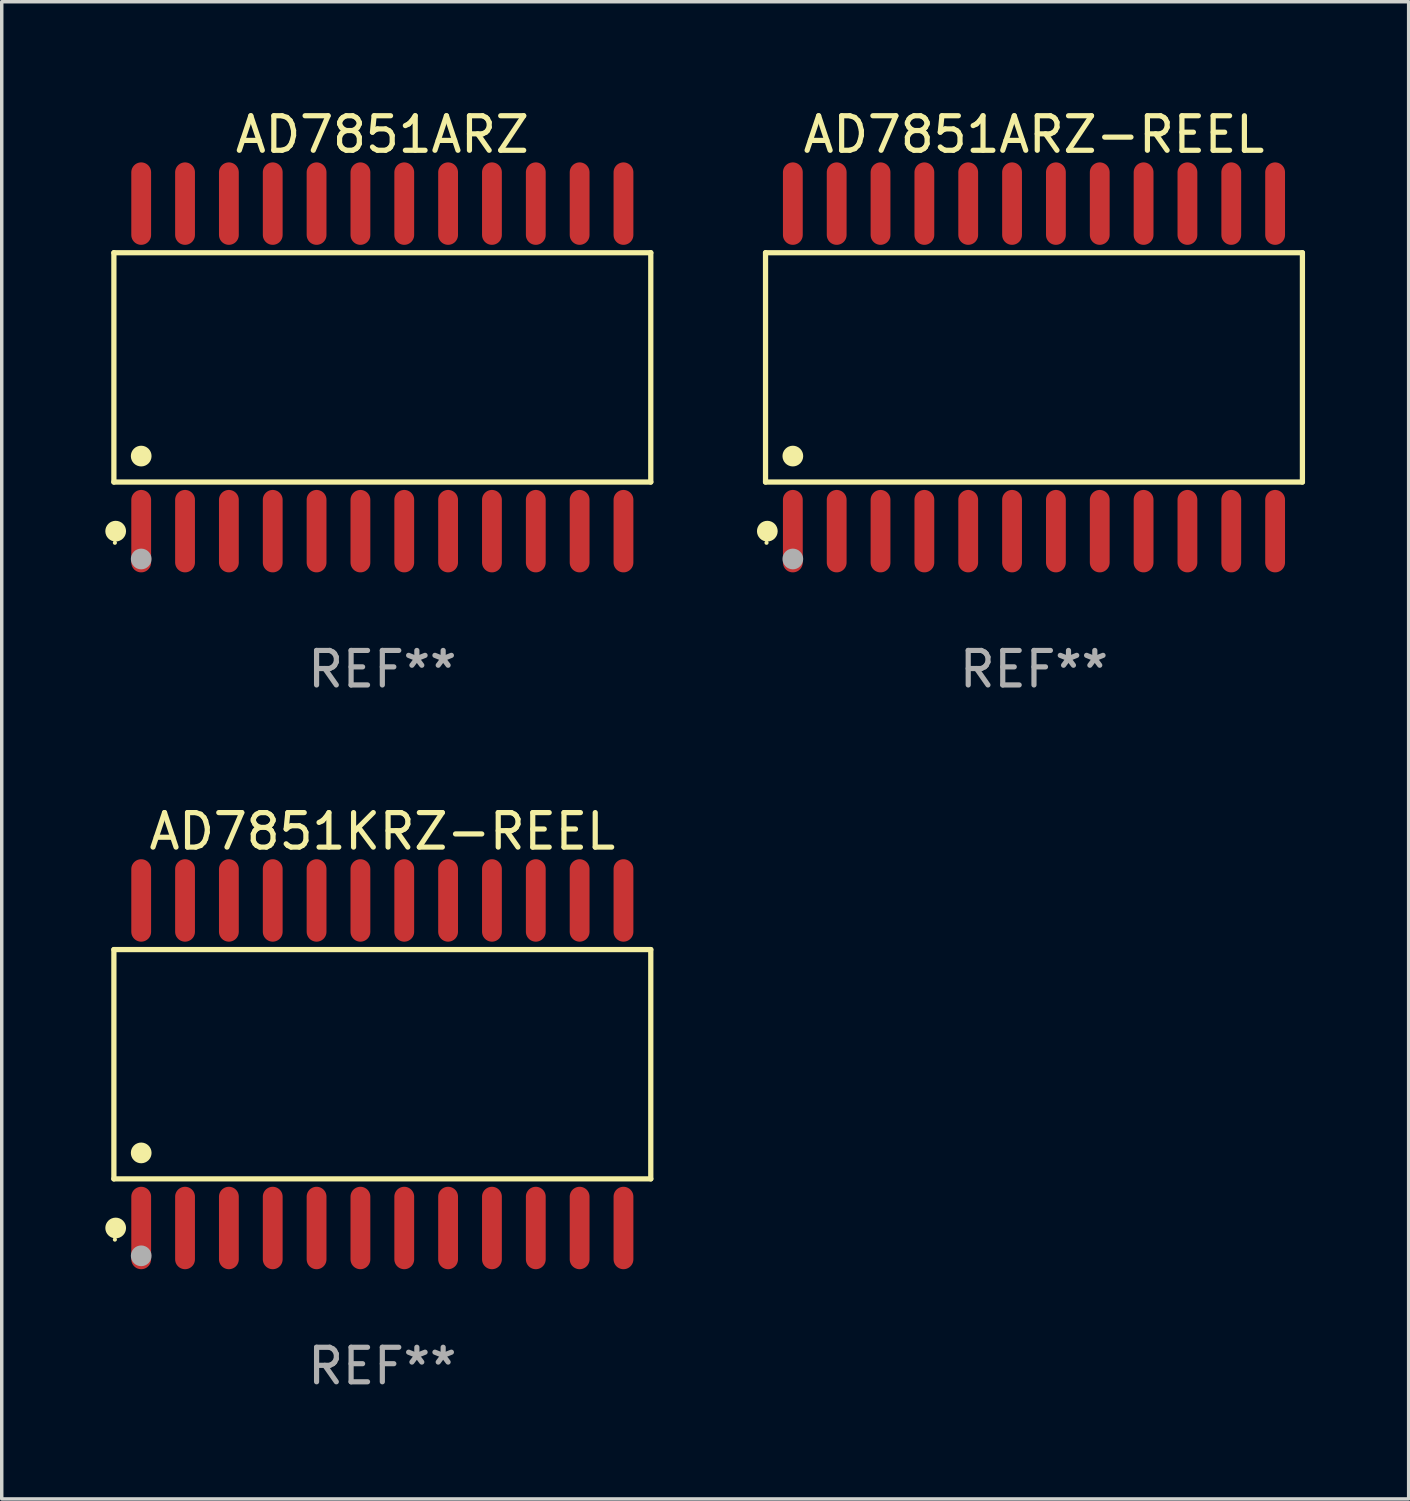
<source format=kicad_pcb>
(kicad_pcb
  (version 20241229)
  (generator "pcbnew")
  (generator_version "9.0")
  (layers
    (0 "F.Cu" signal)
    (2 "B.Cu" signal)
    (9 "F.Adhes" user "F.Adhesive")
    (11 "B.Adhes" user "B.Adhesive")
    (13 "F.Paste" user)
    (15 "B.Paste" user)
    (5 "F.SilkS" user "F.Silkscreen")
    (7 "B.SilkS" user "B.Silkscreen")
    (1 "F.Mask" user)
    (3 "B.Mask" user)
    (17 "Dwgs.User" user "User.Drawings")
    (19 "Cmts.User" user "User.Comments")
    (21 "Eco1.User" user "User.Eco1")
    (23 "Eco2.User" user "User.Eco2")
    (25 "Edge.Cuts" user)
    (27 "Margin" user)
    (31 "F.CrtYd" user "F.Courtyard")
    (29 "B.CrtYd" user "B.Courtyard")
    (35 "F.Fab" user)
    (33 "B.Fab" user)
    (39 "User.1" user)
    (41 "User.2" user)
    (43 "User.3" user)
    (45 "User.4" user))
  (footprint "AD7851ARZ-REEL"
    (layer "F.Cu")
    (at 26.901 7.592)
    (property "Reference" "AD7851ARZ-REEL" (at 0 -6.744 0) (layer "F.SilkS") (effects (font (size 1 1) (thickness 0.15))))
    (attr through_hole)
    (fp_line (start -7.776 -3.321) (end 7.776 -3.321) (stroke (width 0.152) (type solid)) (layer "F.SilkS"))
    (fp_line (start -7.776 3.321) (end -7.776 -3.321) (stroke (width 0.152) (type solid)) (layer "F.SilkS"))
    (fp_line (start 7.776 -3.321) (end 7.776 3.321) (stroke (width 0.152) (type solid)) (layer "F.SilkS"))
    (fp_line (start 7.776 3.321) (end -7.776 3.321) (stroke (width 0.152) (type solid)) (layer "F.SilkS"))
    (fp_circle (center -7.747 5.08) (end -7.717 5.08) (stroke (width 0.06) (type solid)) (fill no) (layer "F.SilkS"))
    (fp_circle (center -7.724 4.744) (end -7.574 4.744) (stroke (width 0.3) (type solid)) (fill no) (layer "F.SilkS"))
    (fp_circle (center -6.985 2.569) (end -6.835 2.569) (stroke (width 0.3) (type solid)) (fill no) (layer "F.SilkS"))
    (fp_circle (center -6.985 5.55) (end -6.835 5.55) (stroke (width 0.3) (type solid)) (fill no) (layer "F.Fab"))
    (fp_text user "REF**" (at 0 8.744 0) (layer "F.Fab") (effects (font (size 1 1) (thickness 0.15))))
    (pad "1" smd oval (at -6.985 4.744) (size 0.574 2.388) (layers "F.Cu" "F.Mask" "F.Paste"))
    (pad "2" smd oval (at -5.715 4.744) (size 0.574 2.388) (layers "F.Cu" "F.Mask" "F.Paste"))
    (pad "3" smd oval (at -4.445 4.744) (size 0.574 2.388) (layers "F.Cu" "F.Mask" "F.Paste"))
    (pad "4" smd oval (at -3.175 4.744) (size 0.574 2.388) (layers "F.Cu" "F.Mask" "F.Paste"))
    (pad "5" smd oval (at -1.905 4.744) (size 0.574 2.388) (layers "F.Cu" "F.Mask" "F.Paste"))
    (pad "6" smd oval (at -0.635 4.744) (size 0.574 2.388) (layers "F.Cu" "F.Mask" "F.Paste"))
    (pad "7" smd oval (at 0.635 4.744) (size 0.574 2.388) (layers "F.Cu" "F.Mask" "F.Paste"))
    (pad "8" smd oval (at 1.905 4.744) (size 0.574 2.388) (layers "F.Cu" "F.Mask" "F.Paste"))
    (pad "9" smd oval (at 3.175 4.744) (size 0.574 2.388) (layers "F.Cu" "F.Mask" "F.Paste"))
    (pad "10" smd oval (at 4.445 4.744) (size 0.574 2.388) (layers "F.Cu" "F.Mask" "F.Paste"))
    (pad "11" smd oval (at 5.715 4.744) (size 0.574 2.388) (layers "F.Cu" "F.Mask" "F.Paste"))
    (pad "12" smd oval (at 6.985 4.744) (size 0.574 2.388) (layers "F.Cu" "F.Mask" "F.Paste"))
    (pad "13" smd oval (at 6.985 -4.744) (size 0.574 2.388) (layers "F.Cu" "F.Mask" "F.Paste"))
    (pad "14" smd oval (at 5.715 -4.744) (size 0.574 2.388) (layers "F.Cu" "F.Mask" "F.Paste"))
    (pad "15" smd oval (at 4.445 -4.744) (size 0.574 2.388) (layers "F.Cu" "F.Mask" "F.Paste"))
    (pad "16" smd oval (at 3.175 -4.744) (size 0.574 2.388) (layers "F.Cu" "F.Mask" "F.Paste"))
    (pad "17" smd oval (at 1.905 -4.744) (size 0.574 2.388) (layers "F.Cu" "F.Mask" "F.Paste"))
    (pad "18" smd oval (at 0.635 -4.744) (size 0.574 2.388) (layers "F.Cu" "F.Mask" "F.Paste"))
    (pad "19" smd oval (at -0.635 -4.744) (size 0.574 2.388) (layers "F.Cu" "F.Mask" "F.Paste"))
    (pad "20" smd oval (at -1.905 -4.744) (size 0.574 2.388) (layers "F.Cu" "F.Mask" "F.Paste"))
    (pad "21" smd oval (at -3.175 -4.744) (size 0.574 2.388) (layers "F.Cu" "F.Mask" "F.Paste"))
    (pad "22" smd oval (at -4.445 -4.744) (size 0.574 2.388) (layers "F.Cu" "F.Mask" "F.Paste"))
    (pad "23" smd oval (at -5.715 -4.744) (size 0.574 2.388) (layers "F.Cu" "F.Mask" "F.Paste"))
    (pad "24" smd oval (at -6.985 -4.744) (size 0.574 2.388) (layers "F.Cu" "F.Mask" "F.Paste")))
  (footprint "AD7851KRZ-REEL"
    (layer "F.Cu")
    (at 8.025 27.777)
    (property "Reference" "AD7851KRZ-REEL" (at 0 -6.744 0) (layer "F.SilkS") (effects (font (size 1 1) (thickness 0.15))))
    (attr through_hole)
    (fp_line (start -7.776 -3.321) (end 7.776 -3.321) (stroke (width 0.152) (type solid)) (layer "F.SilkS"))
    (fp_line (start -7.776 3.321) (end -7.776 -3.321) (stroke (width 0.152) (type solid)) (layer "F.SilkS"))
    (fp_line (start 7.776 -3.321) (end 7.776 3.321) (stroke (width 0.152) (type solid)) (layer "F.SilkS"))
    (fp_line (start 7.776 3.321) (end -7.776 3.321) (stroke (width 0.152) (type solid)) (layer "F.SilkS"))
    (fp_circle (center -7.747 5.08) (end -7.717 5.08) (stroke (width 0.06) (type solid)) (fill no) (layer "F.SilkS"))
    (fp_circle (center -7.724 4.744) (end -7.574 4.744) (stroke (width 0.3) (type solid)) (fill no) (layer "F.SilkS"))
    (fp_circle (center -6.985 2.569) (end -6.835 2.569) (stroke (width 0.3) (type solid)) (fill no) (layer "F.SilkS"))
    (fp_circle (center -6.985 5.55) (end -6.835 5.55) (stroke (width 0.3) (type solid)) (fill no) (layer "F.Fab"))
    (fp_text user "REF**" (at 0 8.744 0) (layer "F.Fab") (effects (font (size 1 1) (thickness 0.15))))
    (pad "1" smd oval (at -6.985 4.744) (size 0.574 2.388) (layers "F.Cu" "F.Mask" "F.Paste"))
    (pad "2" smd oval (at -5.715 4.744) (size 0.574 2.388) (layers "F.Cu" "F.Mask" "F.Paste"))
    (pad "3" smd oval (at -4.445 4.744) (size 0.574 2.388) (layers "F.Cu" "F.Mask" "F.Paste"))
    (pad "4" smd oval (at -3.175 4.744) (size 0.574 2.388) (layers "F.Cu" "F.Mask" "F.Paste"))
    (pad "5" smd oval (at -1.905 4.744) (size 0.574 2.388) (layers "F.Cu" "F.Mask" "F.Paste"))
    (pad "6" smd oval (at -0.635 4.744) (size 0.574 2.388) (layers "F.Cu" "F.Mask" "F.Paste"))
    (pad "7" smd oval (at 0.635 4.744) (size 0.574 2.388) (layers "F.Cu" "F.Mask" "F.Paste"))
    (pad "8" smd oval (at 1.905 4.744) (size 0.574 2.388) (layers "F.Cu" "F.Mask" "F.Paste"))
    (pad "9" smd oval (at 3.175 4.744) (size 0.574 2.388) (layers "F.Cu" "F.Mask" "F.Paste"))
    (pad "10" smd oval (at 4.445 4.744) (size 0.574 2.388) (layers "F.Cu" "F.Mask" "F.Paste"))
    (pad "11" smd oval (at 5.715 4.744) (size 0.574 2.388) (layers "F.Cu" "F.Mask" "F.Paste"))
    (pad "12" smd oval (at 6.985 4.744) (size 0.574 2.388) (layers "F.Cu" "F.Mask" "F.Paste"))
    (pad "13" smd oval (at 6.985 -4.744) (size 0.574 2.388) (layers "F.Cu" "F.Mask" "F.Paste"))
    (pad "14" smd oval (at 5.715 -4.744) (size 0.574 2.388) (layers "F.Cu" "F.Mask" "F.Paste"))
    (pad "15" smd oval (at 4.445 -4.744) (size 0.574 2.388) (layers "F.Cu" "F.Mask" "F.Paste"))
    (pad "16" smd oval (at 3.175 -4.744) (size 0.574 2.388) (layers "F.Cu" "F.Mask" "F.Paste"))
    (pad "17" smd oval (at 1.905 -4.744) (size 0.574 2.388) (layers "F.Cu" "F.Mask" "F.Paste"))
    (pad "18" smd oval (at 0.635 -4.744) (size 0.574 2.388) (layers "F.Cu" "F.Mask" "F.Paste"))
    (pad "19" smd oval (at -0.635 -4.744) (size 0.574 2.388) (layers "F.Cu" "F.Mask" "F.Paste"))
    (pad "20" smd oval (at -1.905 -4.744) (size 0.574 2.388) (layers "F.Cu" "F.Mask" "F.Paste"))
    (pad "21" smd oval (at -3.175 -4.744) (size 0.574 2.388) (layers "F.Cu" "F.Mask" "F.Paste"))
    (pad "22" smd oval (at -4.445 -4.744) (size 0.574 2.388) (layers "F.Cu" "F.Mask" "F.Paste"))
    (pad "23" smd oval (at -5.715 -4.744) (size 0.574 2.388) (layers "F.Cu" "F.Mask" "F.Paste"))
    (pad "24" smd oval (at -6.985 -4.744) (size 0.574 2.388) (layers "F.Cu" "F.Mask" "F.Paste")))
  (footprint "AD7851ARZ"
    (layer "F.Cu")
    (at 8.025 7.592)
    (property "Reference" "AD7851ARZ" (at 0 -6.744 0) (layer "F.SilkS") (effects (font (size 1 1) (thickness 0.15))))
    (attr through_hole)
    (fp_line (start -7.776 -3.321) (end 7.776 -3.321) (stroke (width 0.152) (type solid)) (layer "F.SilkS"))
    (fp_line (start -7.776 3.321) (end -7.776 -3.321) (stroke (width 0.152) (type solid)) (layer "F.SilkS"))
    (fp_line (start 7.776 -3.321) (end 7.776 3.321) (stroke (width 0.152) (type solid)) (layer "F.SilkS"))
    (fp_line (start 7.776 3.321) (end -7.776 3.321) (stroke (width 0.152) (type solid)) (layer "F.SilkS"))
    (fp_circle (center -7.747 5.08) (end -7.717 5.08) (stroke (width 0.06) (type solid)) (fill no) (layer "F.SilkS"))
    (fp_circle (center -7.724 4.744) (end -7.574 4.744) (stroke (width 0.3) (type solid)) (fill no) (layer "F.SilkS"))
    (fp_circle (center -6.985 2.569) (end -6.835 2.569) (stroke (width 0.3) (type solid)) (fill no) (layer "F.SilkS"))
    (fp_circle (center -6.985 5.55) (end -6.835 5.55) (stroke (width 0.3) (type solid)) (fill no) (layer "F.Fab"))
    (fp_text user "REF**" (at 0 8.744 0) (layer "F.Fab") (effects (font (size 1 1) (thickness 0.15))))
    (pad "1" smd oval (at -6.985 4.744) (size 0.574 2.388) (layers "F.Cu" "F.Mask" "F.Paste"))
    (pad "2" smd oval (at -5.715 4.744) (size 0.574 2.388) (layers "F.Cu" "F.Mask" "F.Paste"))
    (pad "3" smd oval (at -4.445 4.744) (size 0.574 2.388) (layers "F.Cu" "F.Mask" "F.Paste"))
    (pad "4" smd oval (at -3.175 4.744) (size 0.574 2.388) (layers "F.Cu" "F.Mask" "F.Paste"))
    (pad "5" smd oval (at -1.905 4.744) (size 0.574 2.388) (layers "F.Cu" "F.Mask" "F.Paste"))
    (pad "6" smd oval (at -0.635 4.744) (size 0.574 2.388) (layers "F.Cu" "F.Mask" "F.Paste"))
    (pad "7" smd oval (at 0.635 4.744) (size 0.574 2.388) (layers "F.Cu" "F.Mask" "F.Paste"))
    (pad "8" smd oval (at 1.905 4.744) (size 0.574 2.388) (layers "F.Cu" "F.Mask" "F.Paste"))
    (pad "9" smd oval (at 3.175 4.744) (size 0.574 2.388) (layers "F.Cu" "F.Mask" "F.Paste"))
    (pad "10" smd oval (at 4.445 4.744) (size 0.574 2.388) (layers "F.Cu" "F.Mask" "F.Paste"))
    (pad "11" smd oval (at 5.715 4.744) (size 0.574 2.388) (layers "F.Cu" "F.Mask" "F.Paste"))
    (pad "12" smd oval (at 6.985 4.744) (size 0.574 2.388) (layers "F.Cu" "F.Mask" "F.Paste"))
    (pad "13" smd oval (at 6.985 -4.744) (size 0.574 2.388) (layers "F.Cu" "F.Mask" "F.Paste"))
    (pad "14" smd oval (at 5.715 -4.744) (size 0.574 2.388) (layers "F.Cu" "F.Mask" "F.Paste"))
    (pad "15" smd oval (at 4.445 -4.744) (size 0.574 2.388) (layers "F.Cu" "F.Mask" "F.Paste"))
    (pad "16" smd oval (at 3.175 -4.744) (size 0.574 2.388) (layers "F.Cu" "F.Mask" "F.Paste"))
    (pad "17" smd oval (at 1.905 -4.744) (size 0.574 2.388) (layers "F.Cu" "F.Mask" "F.Paste"))
    (pad "18" smd oval (at 0.635 -4.744) (size 0.574 2.388) (layers "F.Cu" "F.Mask" "F.Paste"))
    (pad "19" smd oval (at -0.635 -4.744) (size 0.574 2.388) (layers "F.Cu" "F.Mask" "F.Paste"))
    (pad "20" smd oval (at -1.905 -4.744) (size 0.574 2.388) (layers "F.Cu" "F.Mask" "F.Paste"))
    (pad "21" smd oval (at -3.175 -4.744) (size 0.574 2.388) (layers "F.Cu" "F.Mask" "F.Paste"))
    (pad "22" smd oval (at -4.445 -4.744) (size 0.574 2.388) (layers "F.Cu" "F.Mask" "F.Paste"))
    (pad "23" smd oval (at -5.715 -4.744) (size 0.574 2.388) (layers "F.Cu" "F.Mask" "F.Paste"))
    (pad "24" smd oval (at -6.985 -4.744) (size 0.574 2.388) (layers "F.Cu" "F.Mask" "F.Paste")))
  (gr_rect
    (start -3 -3)
    (end 37.754 40.369)
    (stroke (width 0.1) (type default))
    (fill no)
    (layer "Edge.Cuts")))
</source>
